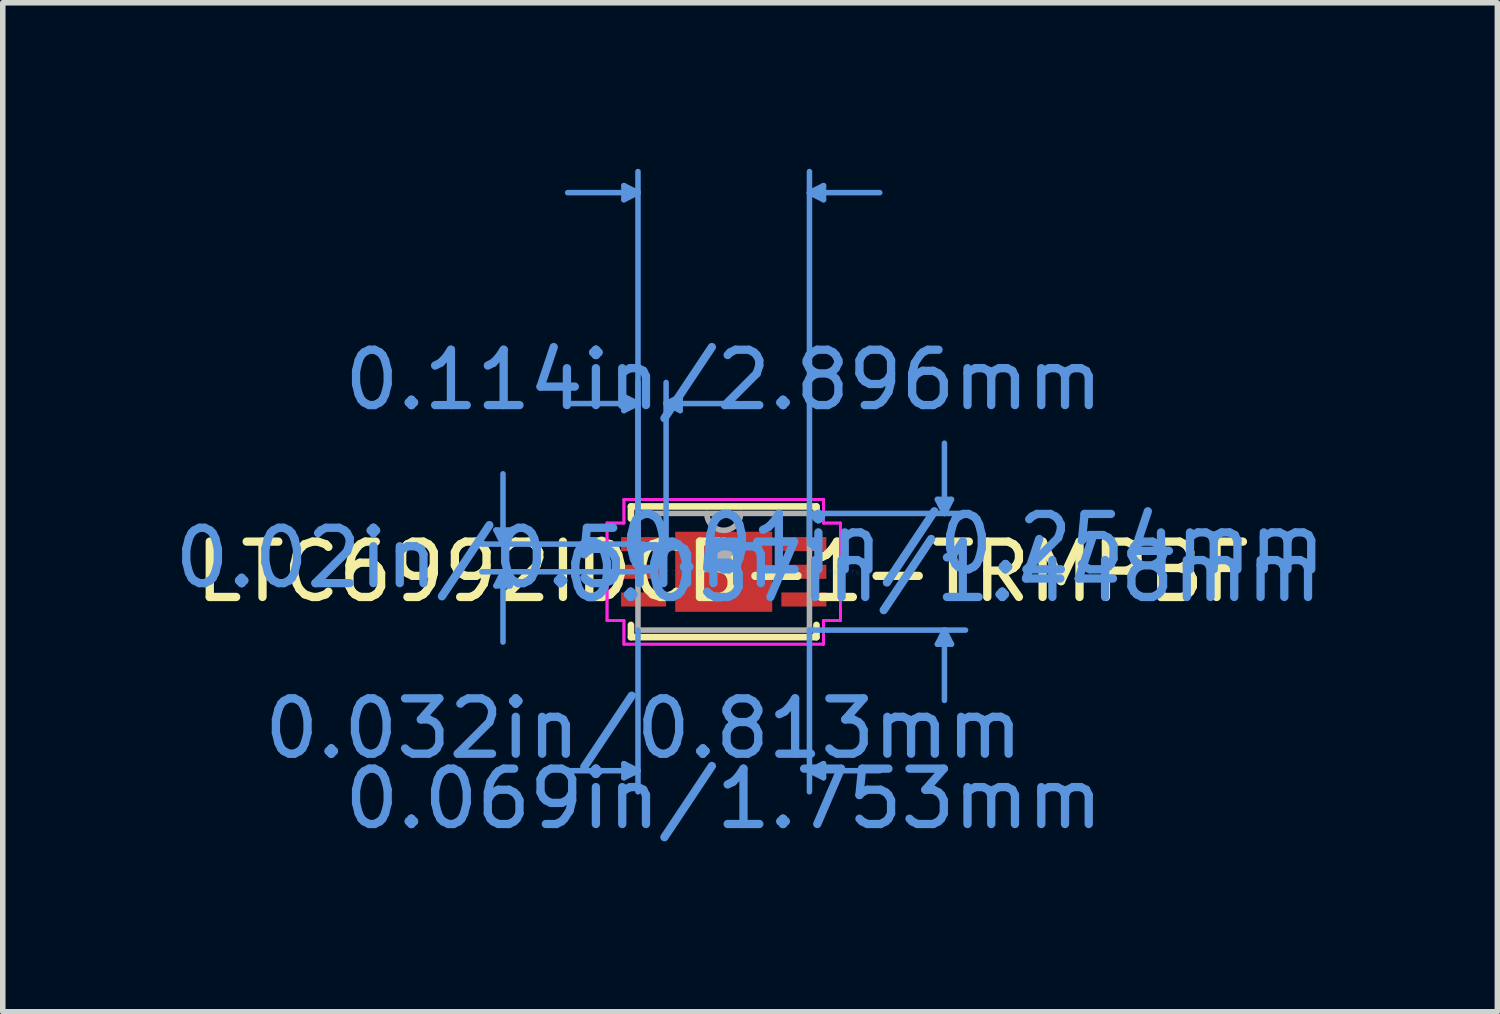
<source format=kicad_pcb>
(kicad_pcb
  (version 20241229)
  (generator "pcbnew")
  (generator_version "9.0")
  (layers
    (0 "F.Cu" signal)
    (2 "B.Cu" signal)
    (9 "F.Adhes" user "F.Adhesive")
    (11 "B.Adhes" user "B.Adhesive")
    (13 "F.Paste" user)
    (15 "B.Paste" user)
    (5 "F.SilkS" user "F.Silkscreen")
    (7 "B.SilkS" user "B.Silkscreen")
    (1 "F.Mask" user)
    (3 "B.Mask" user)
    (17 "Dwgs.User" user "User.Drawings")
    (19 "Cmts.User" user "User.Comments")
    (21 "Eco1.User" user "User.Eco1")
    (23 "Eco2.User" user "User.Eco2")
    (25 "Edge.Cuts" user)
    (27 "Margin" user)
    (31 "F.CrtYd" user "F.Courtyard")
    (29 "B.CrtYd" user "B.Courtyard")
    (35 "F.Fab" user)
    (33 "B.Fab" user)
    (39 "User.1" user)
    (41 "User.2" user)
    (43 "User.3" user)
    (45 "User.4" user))
  (footprint "LTC6992IDCB-1-TRMPBF"
    (layer "F.Cu")
    (at 10.026 7.281)
    (property "Reference" "LTC6992IDCB-1-TRMPBF" (at 0 0 0) (layer "F.SilkS") (effects (font (size 1 1) (thickness 0.15))))
    (attr through_hole)
    (fp_line (start -1.676 -1.181) (end -1.676 -0.96) (stroke (width 0.12) (type solid)) (layer "F.SilkS"))
    (fp_line (start -1.676 0.96) (end -1.676 1.181) (stroke (width 0.12) (type solid)) (layer "F.SilkS"))
    (fp_line (start -1.676 1.181) (end 1.676 1.181) (stroke (width 0.12) (type solid)) (layer "F.SilkS"))
    (fp_line (start 1.676 -1.181) (end -1.676 -1.181) (stroke (width 0.12) (type solid)) (layer "F.SilkS"))
    (fp_line (start 1.676 -0.96) (end 1.676 -1.181) (stroke (width 0.12) (type solid)) (layer "F.SilkS"))
    (fp_line (start 1.676 1.181) (end 1.676 0.96) (stroke (width 0.12) (type solid)) (layer "F.SilkS"))
    (fp_arc (start -2.18694 -0.426171) (mid -2.282 -0.5) (end -2.18694 -0.573829) (stroke (width 0.12) (type solid)) (layer "F.SilkS"))
    (fp_line (start -4.115 -0.754) (end -3.861 -0.754) (stroke (width 0.1) (type solid)) (layer "Cmts.User"))
    (fp_line (start -4.115 0.254) (end -3.861 0.254) (stroke (width 0.1) (type solid)) (layer "Cmts.User"))
    (fp_line (start -3.988 -0.5) (end -4.115 -0.754) (stroke (width 0.1) (type solid)) (layer "Cmts.User"))
    (fp_line (start -3.988 -0.5) (end -3.988 -1.77) (stroke (width 0.1) (type solid)) (layer "Cmts.User"))
    (fp_line (start -3.988 -0.5) (end -3.861 -0.754) (stroke (width 0.1) (type solid)) (layer "Cmts.User"))
    (fp_line (start -3.988 0) (end -4.115 0.254) (stroke (width 0.1) (type solid)) (layer "Cmts.User"))
    (fp_line (start -3.988 0) (end -3.988 1.27) (stroke (width 0.1) (type solid)) (layer "Cmts.User"))
    (fp_line (start -3.988 0) (end -3.861 0.254) (stroke (width 0.1) (type solid)) (layer "Cmts.User"))
    (fp_line (start -1.803 -6.977) (end -1.803 -6.723) (stroke (width 0.1) (type solid)) (layer "Cmts.User"))
    (fp_line (start -1.803 -3.167) (end -1.803 -2.913) (stroke (width 0.1) (type solid)) (layer "Cmts.User"))
    (fp_line (start -1.803 3.467) (end -1.803 3.721) (stroke (width 0.1) (type solid)) (layer "Cmts.User"))
    (fp_line (start -1.549 -6.85) (end -2.819 -6.85) (stroke (width 0.1) (type solid)) (layer "Cmts.User"))
    (fp_line (start -1.549 -6.85) (end -1.803 -6.977) (stroke (width 0.1) (type solid)) (layer "Cmts.User"))
    (fp_line (start -1.549 -6.85) (end -1.803 -6.723) (stroke (width 0.1) (type solid)) (layer "Cmts.User"))
    (fp_line (start -1.549 -3.04) (end -2.819 -3.04) (stroke (width 0.1) (type solid)) (layer "Cmts.User"))
    (fp_line (start -1.549 -3.04) (end -1.803 -3.167) (stroke (width 0.1) (type solid)) (layer "Cmts.User"))
    (fp_line (start -1.549 -3.04) (end -1.803 -2.913) (stroke (width 0.1) (type solid)) (layer "Cmts.User"))
    (fp_line (start -1.549 -0.5) (end -1.549 -7.231) (stroke (width 0.1) (type solid)) (layer "Cmts.User"))
    (fp_line (start -1.549 -0.5) (end -1.549 -3.421) (stroke (width 0.1) (type solid)) (layer "Cmts.User"))
    (fp_line (start -1.549 1.054) (end -1.549 3.975) (stroke (width 0.1) (type solid)) (layer "Cmts.User"))
    (fp_line (start -1.549 3.594) (end -2.819 3.594) (stroke (width 0.1) (type solid)) (layer "Cmts.User"))
    (fp_line (start -1.549 3.594) (end -1.803 3.467) (stroke (width 0.1) (type solid)) (layer "Cmts.User"))
    (fp_line (start -1.549 3.594) (end -1.803 3.721) (stroke (width 0.1) (type solid)) (layer "Cmts.User"))
    (fp_line (start -1.448 -0.5) (end -4.369 -0.5) (stroke (width 0.1) (type solid)) (layer "Cmts.User"))
    (fp_line (start -1.448 0) (end -4.369 0) (stroke (width 0.1) (type solid)) (layer "Cmts.User"))
    (fp_line (start -1.041 -3.04) (end -0.787 -3.167) (stroke (width 0.1) (type solid)) (layer "Cmts.User"))
    (fp_line (start -1.041 -3.04) (end -0.787 -2.913) (stroke (width 0.1) (type solid)) (layer "Cmts.User"))
    (fp_line (start -1.041 -3.04) (end 0.229 -3.04) (stroke (width 0.1) (type solid)) (layer "Cmts.User"))
    (fp_line (start -1.041 -0.5) (end -1.041 -3.421) (stroke (width 0.1) (type solid)) (layer "Cmts.User"))
    (fp_line (start -0.787 -3.167) (end -0.787 -2.913) (stroke (width 0.1) (type solid)) (layer "Cmts.User"))
    (fp_line (start 1.549 -6.85) (end 1.803 -6.977) (stroke (width 0.1) (type solid)) (layer "Cmts.User"))
    (fp_line (start 1.549 -6.85) (end 1.803 -6.723) (stroke (width 0.1) (type solid)) (layer "Cmts.User"))
    (fp_line (start 1.549 -6.85) (end 2.819 -6.85) (stroke (width 0.1) (type solid)) (layer "Cmts.User"))
    (fp_line (start 1.549 -1.054) (end 4.369 -1.054) (stroke (width 0.1) (type solid)) (layer "Cmts.User"))
    (fp_line (start 1.549 -0.5) (end 1.549 -7.231) (stroke (width 0.1) (type solid)) (layer "Cmts.User"))
    (fp_line (start 1.549 1.054) (end 1.549 3.975) (stroke (width 0.1) (type solid)) (layer "Cmts.User"))
    (fp_line (start 1.549 1.054) (end 4.369 1.054) (stroke (width 0.1) (type solid)) (layer "Cmts.User"))
    (fp_line (start 1.549 3.594) (end 1.803 3.467) (stroke (width 0.1) (type solid)) (layer "Cmts.User"))
    (fp_line (start 1.549 3.594) (end 1.803 3.721) (stroke (width 0.1) (type solid)) (layer "Cmts.User"))
    (fp_line (start 1.549 3.594) (end 2.819 3.594) (stroke (width 0.1) (type solid)) (layer "Cmts.User"))
    (fp_line (start 1.803 -6.977) (end 1.803 -6.723) (stroke (width 0.1) (type solid)) (layer "Cmts.User"))
    (fp_line (start 1.803 3.467) (end 1.803 3.721) (stroke (width 0.1) (type solid)) (layer "Cmts.User"))
    (fp_line (start 3.861 -1.308) (end 4.115 -1.308) (stroke (width 0.1) (type solid)) (layer "Cmts.User"))
    (fp_line (start 3.861 1.308) (end 4.115 1.308) (stroke (width 0.1) (type solid)) (layer "Cmts.User"))
    (fp_line (start 3.988 -1.054) (end 3.861 -1.308) (stroke (width 0.1) (type solid)) (layer "Cmts.User"))
    (fp_line (start 3.988 -1.054) (end 3.988 -2.324) (stroke (width 0.1) (type solid)) (layer "Cmts.User"))
    (fp_line (start 3.988 -1.054) (end 4.115 -1.308) (stroke (width 0.1) (type solid)) (layer "Cmts.User"))
    (fp_line (start 3.988 1.054) (end 3.861 1.308) (stroke (width 0.1) (type solid)) (layer "Cmts.User"))
    (fp_line (start 3.988 1.054) (end 3.988 2.324) (stroke (width 0.1) (type solid)) (layer "Cmts.User"))
    (fp_line (start 3.988 1.054) (end 4.115 1.308) (stroke (width 0.1) (type solid)) (layer "Cmts.User"))
    (fp_line (start -2.108 -0.881) (end -1.803 -0.881) (stroke (width 0.05) (type solid)) (layer "F.CrtYd"))
    (fp_line (start -2.108 -0.881) (end -1.803 -0.881) (stroke (width 0.05) (type solid)) (layer "F.CrtYd"))
    (fp_line (start -2.108 0.881) (end -2.108 -0.881) (stroke (width 0.05) (type solid)) (layer "F.CrtYd"))
    (fp_line (start -2.108 0.881) (end -2.108 -0.881) (stroke (width 0.05) (type solid)) (layer "F.CrtYd"))
    (fp_line (start -2.108 0.881) (end -1.803 0.881) (stroke (width 0.05) (type solid)) (layer "F.CrtYd"))
    (fp_line (start -1.803 -1.308) (end 1.803 -1.308) (stroke (width 0.05) (type solid)) (layer "F.CrtYd"))
    (fp_line (start -1.803 -1.308) (end 1.803 -1.308) (stroke (width 0.05) (type solid)) (layer "F.CrtYd"))
    (fp_line (start -1.803 -0.881) (end -1.803 -1.308) (stroke (width 0.05) (type solid)) (layer "F.CrtYd"))
    (fp_line (start -1.803 -0.881) (end -1.803 -1.308) (stroke (width 0.05) (type solid)) (layer "F.CrtYd"))
    (fp_line (start -1.803 0.881) (end -2.108 0.881) (stroke (width 0.05) (type solid)) (layer "F.CrtYd"))
    (fp_line (start -1.803 1.308) (end -1.803 0.881) (stroke (width 0.05) (type solid)) (layer "F.CrtYd"))
    (fp_line (start -1.803 1.308) (end -1.803 0.881) (stroke (width 0.05) (type solid)) (layer "F.CrtYd"))
    (fp_line (start 1.803 -1.308) (end 1.803 -0.881) (stroke (width 0.05) (type solid)) (layer "F.CrtYd"))
    (fp_line (start 1.803 -1.308) (end 1.803 -0.881) (stroke (width 0.05) (type solid)) (layer "F.CrtYd"))
    (fp_line (start 1.803 -0.881) (end 2.108 -0.881) (stroke (width 0.05) (type solid)) (layer "F.CrtYd"))
    (fp_line (start 1.803 0.881) (end 1.803 1.308) (stroke (width 0.05) (type solid)) (layer "F.CrtYd"))
    (fp_line (start 1.803 0.881) (end 1.803 1.308) (stroke (width 0.05) (type solid)) (layer "F.CrtYd"))
    (fp_line (start 1.803 1.308) (end -1.803 1.308) (stroke (width 0.05) (type solid)) (layer "F.CrtYd"))
    (fp_line (start 1.803 1.308) (end -1.803 1.308) (stroke (width 0.05) (type solid)) (layer "F.CrtYd"))
    (fp_line (start 2.108 -0.881) (end 1.803 -0.881) (stroke (width 0.05) (type solid)) (layer "F.CrtYd"))
    (fp_line (start 2.108 -0.881) (end 2.108 0.881) (stroke (width 0.05) (type solid)) (layer "F.CrtYd"))
    (fp_line (start 2.108 -0.881) (end 2.108 0.881) (stroke (width 0.05) (type solid)) (layer "F.CrtYd"))
    (fp_line (start 2.108 0.881) (end 1.803 0.881) (stroke (width 0.05) (type solid)) (layer "F.CrtYd"))
    (fp_line (start 2.108 0.881) (end 1.803 0.881) (stroke (width 0.05) (type solid)) (layer "F.CrtYd"))
    (fp_line (start -1.549 -1.054) (end -1.549 1.054) (stroke (width 0.1) (type solid)) (layer "F.Fab"))
    (fp_line (start -1.549 1.054) (end 1.549 1.054) (stroke (width 0.1) (type solid)) (layer "F.Fab"))
    (fp_line (start 1.549 -1.054) (end -1.549 -1.054) (stroke (width 0.1) (type solid)) (layer "F.Fab"))
    (fp_line (start 1.549 1.054) (end 1.549 -1.054) (stroke (width 0.1) (type solid)) (layer "F.Fab"))
    (fp_arc (start 0.3048 -1.0541) (mid 0 -0.7493) (end -0.3048 -1.0541) (stroke (width 0.1) (type solid)) (layer "F.Fab"))
    (fp_text user "*" (at 0 0 0) (layer "F.SilkS") (effects (font (size 1 1) (thickness 0.15))))
    (fp_text user "0.069in/1.753mm" (at 0 4.102 0) (layer "Cmts.User") (effects (font (size 1 1) (thickness 0.15))))
    (fp_text user "0.114in/2.896mm" (at 0 -3.467 0) (layer "Cmts.User") (effects (font (size 1 1) (thickness 0.15))))
    (fp_text user "0.02in/0.5mm" (at -4.496 -0.25 0) (layer "Cmts.User") (effects (font (size 1 1) (thickness 0.15))))
    (fp_text user "0.032in/0.813mm" (at -1.448 2.832 0) (layer "Cmts.User") (effects (font (size 1 1) (thickness 0.15))))
    (fp_text user "0.01in/0.254mm" (at 4.496 -0.5 0) (layer "Cmts.User") (effects (font (size 1 1) (thickness 0.15))))
    (fp_text user "0.057in/1.448mm" (at 3.962 0 0) (layer "Cmts.User") (effects (font (size 1 1) (thickness 0.15))))
    (fp_text user "Copyright 2021 Accelerated Designs. All rights reserved." (at 0 0 0) (layer "Cmts.User") (effects (font (size 0.127 0.127) (thickness 0.002))))
    (fp_text user "*" (at 0 0 0) (layer "F.Fab") (effects (font (size 1 1) (thickness 0.15))))
    (pad "1" smd rect (at -1.448 -0.5) (size 0.813 0.254) (layers "F.Cu" "F.Mask" "F.Paste"))
    (pad "2" smd rect (at -1.448 0) (size 0.813 0.254) (layers "F.Cu" "F.Mask" "F.Paste"))
    (pad "3" smd rect (at -1.448 0.5) (size 0.813 0.254) (layers "F.Cu" "F.Mask" "F.Paste"))
    (pad "4" smd rect (at 1.448 0.5) (size 0.813 0.254) (layers "F.Cu" "F.Mask" "F.Paste"))
    (pad "5" smd rect (at 1.448 0) (size 0.813 0.254) (layers "F.Cu" "F.Mask" "F.Paste"))
    (pad "6" smd rect (at 1.448 -0.5) (size 0.813 0.254) (layers "F.Cu" "F.Mask" "F.Paste"))
    (pad "7" smd rect (at 0 0) (size 1.753 1.448) (layers "F.Cu" "F.Mask" "F.Paste")))
  (gr_rect
    (start -3 -3)
    (end 24.004 15.231)
    (stroke (width 0.1) (type default))
    (fill no)
    (layer "Edge.Cuts")))
</source>
